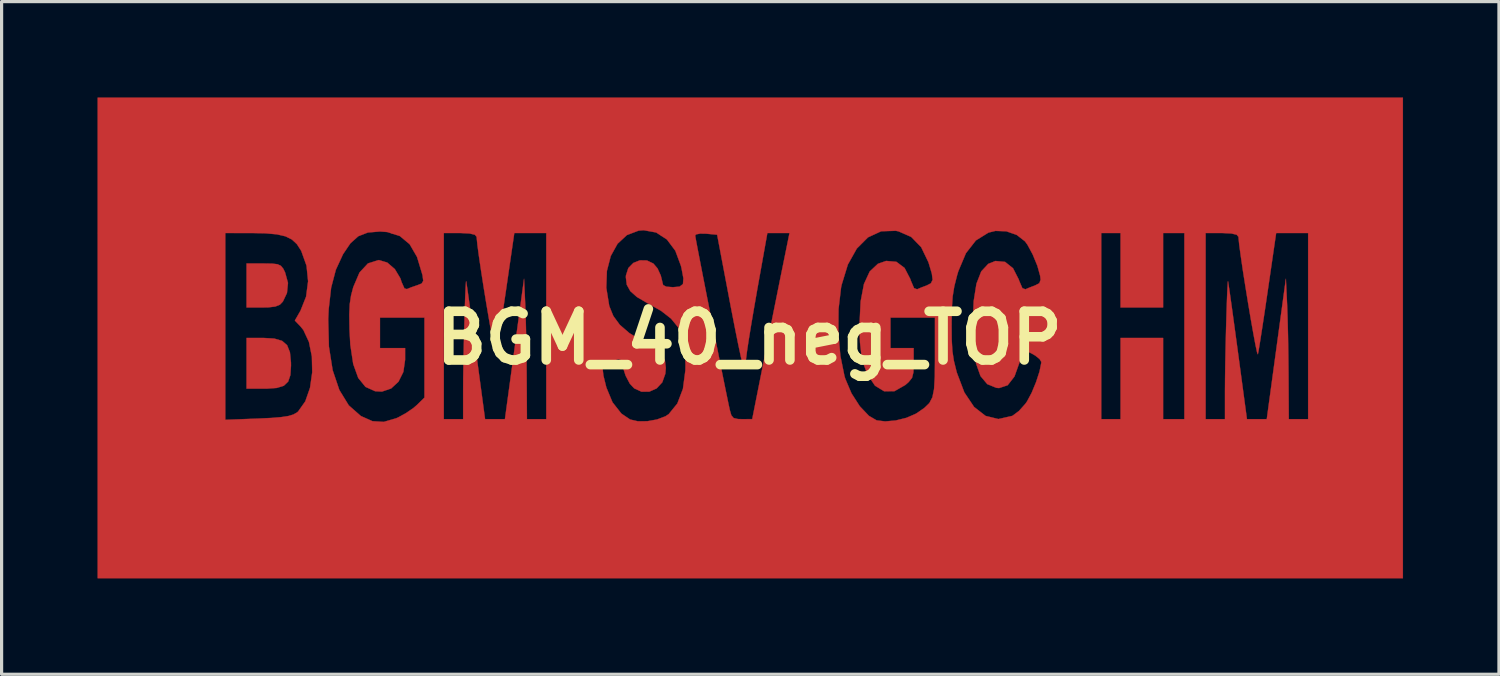
<source format=kicad_pcb>
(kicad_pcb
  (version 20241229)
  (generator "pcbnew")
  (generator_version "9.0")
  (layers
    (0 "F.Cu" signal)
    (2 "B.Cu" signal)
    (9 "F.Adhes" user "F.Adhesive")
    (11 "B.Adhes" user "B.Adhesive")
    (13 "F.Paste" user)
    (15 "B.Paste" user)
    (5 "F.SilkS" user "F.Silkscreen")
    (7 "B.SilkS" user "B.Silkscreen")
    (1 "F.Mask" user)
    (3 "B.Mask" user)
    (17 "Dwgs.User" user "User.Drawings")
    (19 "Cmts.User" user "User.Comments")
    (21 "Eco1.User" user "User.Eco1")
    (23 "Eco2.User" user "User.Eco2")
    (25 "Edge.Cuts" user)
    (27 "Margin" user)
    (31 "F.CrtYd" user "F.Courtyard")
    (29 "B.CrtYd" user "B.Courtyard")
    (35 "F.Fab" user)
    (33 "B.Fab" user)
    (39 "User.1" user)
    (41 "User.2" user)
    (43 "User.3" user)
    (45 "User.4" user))
  (footprint "BGM_40_neg_TOP"
    (layer "F.Cu")
    (at 20.385 7.519)
    (property "Reference" "BGM_40_neg_TOP" (at 0 0 0) (layer "F.SilkS") (effects (font (size 1.524 1.524) (thickness 0.3))))
    (attr through_hole)
    (fp_poly (pts (xy -14.924 -2.324) (xy -14.756 -2.305) (xy -14.65 -2.256) (xy -14.577 -2.168) (xy -14.518 -2.047) (xy -14.428 -1.72) (xy -14.46 -1.405) (xy -14.587 -1.138) (xy -14.681 -1.04) (xy -14.824 -0.982) (xy -15.042 -0.956) (xy -15.216 -0.953) (xy -15.724 -0.953) (xy -15.724 -2.328) (xy -15.184 -2.328) (xy -14.924 -2.324)) (stroke (width 0.01) (type solid)) (fill yes) (layer "F.Cu"))
    (fp_poly (pts (xy -14.858 0.02) (xy -14.613 0.091) (xy -14.455 0.229) (xy -14.367 0.449) (xy -14.335 0.769) (xy -14.334 0.867) (xy -14.353 1.161) (xy -14.422 1.365) (xy -14.558 1.495) (xy -14.778 1.564) (xy -15.098 1.587) (xy -15.163 1.587) (xy -15.724 1.587) (xy -15.724 0) (xy -15.206 0) (xy -14.858 0.02)) (stroke (width 0.01) (type solid)) (fill yes) (layer "F.Cu"))
    (fp_poly (pts (xy 20.441 7.514) (xy -20.38 7.514) (xy -20.38 2.561) (xy -16.389 2.561) (xy -15.346 2.521) (xy -14.94 2.502) (xy -14.636 2.476) (xy -14.415 2.442) (xy -14.259 2.395) (xy -14.148 2.332) (xy -14.112 2.302) (xy -13.887 1.984) (xy -13.739 1.56) (xy -13.67 1.076) (xy -13.681 0.582) (xy -13.773 0.124) (xy -13.947 -0.249) (xy -14.039 -0.363) (xy -14.213 -0.543) (xy -14.191 -0.582) (xy -13.17 -0.582) (xy -13.148 0.27) (xy -13.031 1.01) (xy -12.822 1.628) (xy -12.527 2.109) (xy -12.149 2.442) (xy -12.145 2.444) (xy -11.786 2.604) (xy -11.434 2.626) (xy -11.042 2.512) (xy -10.979 2.484) (xy -10.738 2.352) (xy -10.504 2.191) (xy -10.392 2.094) (xy -10.16 1.866) (xy -10.16 -0.635) (xy -11.551 -0.635) (xy -11.551 0.318) (xy -10.765 0.318) (xy -10.765 0.684) (xy -10.82 1.063) (xy -10.972 1.369) (xy -11.202 1.581) (xy -11.488 1.678) (xy -11.702 1.667) (xy -12.004 1.531) (xy -12.231 1.251) (xy -12.388 0.815) (xy -12.479 0.212) (xy -12.504 -0.262) (xy -12.511 -0.726) (xy -12.497 -1.054) (xy -12.456 -1.324) (xy -12.387 -1.587) (xy -12.191 -2.046) (xy -11.927 -2.33) (xy -11.602 -2.433) (xy -11.581 -2.434) (xy -11.323 -2.357) (xy -11.086 -2.153) (xy -10.913 -1.864) (xy -10.874 -1.745) (xy -10.787 -1.55) (xy -10.709 -1.527) (xy -10.587 -1.578) (xy -10.414 -1.638) (xy -10.391 -1.645) (xy -10.247 -1.702) (xy -10.198 -1.786) (xy -10.218 -1.947) (xy -10.226 -1.982) (xy -10.392 -2.533) (xy -10.623 -2.931) (xy -10.93 -3.187) (xy -11.224 -3.281) (xy -9.555 -3.281) (xy -9.555 2.54) (xy -8.95 2.54) (xy -8.95 1.657) (xy -8.948 1.261) (xy -8.94 0.777) (xy -8.93 0.244) (xy -8.916 -0.297) (xy -8.902 -0.808) (xy -8.887 -1.248) (xy -8.873 -1.576) (xy -8.861 -1.754) (xy -8.856 -1.774) (xy -8.838 -1.667) (xy -8.797 -1.385) (xy -8.737 -0.959) (xy -8.662 -0.419) (xy -8.578 0.205) (xy -8.552 0.397) (xy -8.264 2.54) (xy -7.643 2.54) (xy -7.344 0.344) (xy -7.045 -1.852) (xy -7.008 -1.058) (xy -6.993 -0.634) (xy -6.979 -0.072) (xy -6.968 0.552) (xy -6.963 1.138) (xy -6.955 2.54) (xy -6.35 2.54) (xy -6.35 0.918) (xy -4.592 0.918) (xy -4.563 1.178) (xy -4.471 1.55) (xy -4.279 2.012) (xy -4 2.367) (xy -3.728 2.551) (xy -3.487 2.607) (xy -3.189 2.605) (xy -2.885 2.55) (xy -2.623 2.451) (xy -2.519 2.382) (xy -2.251 2.052) (xy -2.076 1.593) (xy -1.999 1.013) (xy -1.996 0.838) (xy -2.017 0.363) (xy -2.09 -0.021) (xy -2.229 -0.336) (xy -2.446 -0.603) (xy -2.756 -0.845) (xy -3.172 -1.082) (xy -3.202 -1.097) (xy -3.515 -1.28) (xy -3.721 -1.463) (xy -3.832 -1.663) (xy -3.861 -1.896) (xy -3.858 -1.954) (xy -3.784 -2.185) (xy -3.627 -2.345) (xy -3.422 -2.427) (xy -3.202 -2.423) (xy -2.999 -2.326) (xy -2.87 -2.174) (xy -2.769 -1.953) (xy -2.722 -1.763) (xy -2.721 -1.751) (xy -2.694 -1.653) (xy -2.596 -1.603) (xy -2.402 -1.588) (xy -2.389 -1.587) (xy -2.18 -1.605) (xy -2.075 -1.685) (xy -2.061 -1.864) (xy -2.121 -2.184) (xy -2.139 -2.257) (xy -2.314 -2.728) (xy -2.577 -3.079) (xy -2.773 -3.207) (xy -1.693 -3.207) (xy -1.674 -3.093) (xy -1.621 -2.811) (xy -1.54 -2.392) (xy -1.438 -1.869) (xy -1.321 -1.273) (xy -1.195 -0.636) (xy -1.066 0.011) (xy -0.941 0.636) (xy -0.826 1.208) (xy -0.727 1.694) (xy -0.651 2.063) (xy -0.611 2.249) (xy -0.562 2.42) (xy -0.489 2.506) (xy -0.353 2.537) (xy -0.228 2.54) (xy 0.091 2.539) (xy 0.443 0.767) (xy 0.579 0.083) (xy 0.628 -0.165) (xy 2.785 -0.165) (xy 2.848 0.558) (xy 2.976 1.189) (xy 3.003 1.279) (xy 3.196 1.733) (xy 3.455 2.136) (xy 3.741 2.437) (xy 3.983 2.578) (xy 4.25 2.611) (xy 4.578 2.582) (xy 4.914 2.499) (xy 5.203 2.374) (xy 5.255 2.342) (xy 5.478 2.186) (xy 5.631 2.038) (xy 5.727 1.855) (xy 5.779 1.596) (xy 5.801 1.217) (xy 5.806 0.676) (xy 5.806 0.566) (xy 5.806 -0.435) (xy 6.327 -0.435) (xy 6.331 0.054) (xy 6.352 0.411) (xy 6.398 0.714) (xy 6.479 1.042) (xy 6.493 1.091) (xy 6.726 1.705) (xy 7.03 2.158) (xy 7.39 2.439) (xy 7.791 2.537) (xy 8.217 2.44) (xy 8.242 2.428) (xy 8.434 2.284) (xy 8.633 2.061) (xy 8.684 1.989) (xy 8.83 1.717) (xy 8.969 1.381) (xy 9.077 1.049) (xy 9.13 0.787) (xy 9.132 0.748) (xy 9.079 0.66) (xy 8.944 0.552) (xy 8.846 0.495) (xy 8.56 0.35) (xy 8.46 0.739) (xy 8.294 1.205) (xy 8.081 1.479) (xy 7.813 1.568) (xy 7.725 1.56) (xy 7.442 1.444) (xy 7.232 1.194) (xy 7.09 0.795) (xy 7.011 0.232) (xy 6.989 -0.423) (xy 7.017 -1.147) (xy 7.104 -1.695) (xy 7.254 -2.08) (xy 7.473 -2.316) (xy 7.698 -2.406) (xy 7.999 -2.378) (xy 8.248 -2.18) (xy 8.427 -1.829) (xy 8.439 -1.792) (xy 8.54 -1.557) (xy 8.636 -1.521) (xy 8.767 -1.577) (xy 8.938 -1.642) (xy 8.938 -1.642) (xy 9.071 -1.711) (xy 9.11 -1.818) (xy 9.097 -1.941) (xy 9.009 -2.258) (xy 8.863 -2.612) (xy 8.699 -2.916) (xy 8.622 -3.021) (xy 8.364 -3.222) (xy 8.194 -3.281) (xy 11.007 -3.281) (xy 11.007 2.54) (xy 11.611 2.54) (xy 11.611 0) (xy 12.942 0) (xy 12.942 2.54) (xy 13.607 2.54) (xy 13.607 -3.281) (xy 14.272 -3.281) (xy 14.272 2.54) (xy 14.877 2.54) (xy 14.877 1.657) (xy 14.88 1.261) (xy 14.887 0.777) (xy 14.898 0.244) (xy 14.911 -0.297) (xy 14.926 -0.808) (xy 14.941 -1.248) (xy 14.955 -1.576) (xy 14.967 -1.754) (xy 14.972 -1.774) (xy 14.99 -1.667) (xy 15.031 -1.385) (xy 15.091 -0.959) (xy 15.165 -0.419) (xy 15.25 0.205) (xy 15.276 0.397) (xy 15.564 2.54) (xy 16.184 2.54) (xy 16.483 0.344) (xy 16.782 -1.852) (xy 16.82 -1.058) (xy 16.835 -0.634) (xy 16.849 -0.072) (xy 16.859 0.552) (xy 16.865 1.138) (xy 16.873 2.54) (xy 17.478 2.54) (xy 17.478 -3.281) (xy 16.478 -3.281) (xy 16.212 -1.455) (xy 16.124 -0.856) (xy 16.043 -0.323) (xy 15.976 0.107) (xy 15.928 0.399) (xy 15.906 0.512) (xy 15.881 0.451) (xy 15.832 0.223) (xy 15.765 -0.134) (xy 15.685 -0.585) (xy 15.6 -1.09) (xy 15.515 -1.613) (xy 15.436 -2.115) (xy 15.371 -2.561) (xy 15.323 -2.912) (xy 15.301 -3.13) (xy 15.3 -3.159) (xy 15.245 -3.227) (xy 15.078 -3.267) (xy 14.794 -3.281) (xy 14.786 -3.281) (xy 14.272 -3.281) (xy 13.607 -3.281) (xy 12.942 -3.281) (xy 12.942 -0.953) (xy 11.611 -0.953) (xy 11.611 -3.281) (xy 11.007 -3.281) (xy 8.194 -3.281) (xy 8.04 -3.335) (xy 7.699 -3.348) (xy 7.48 -3.294) (xy 7.087 -3.05) (xy 6.775 -2.65) (xy 6.537 -2.086) (xy 6.498 -1.956) (xy 6.411 -1.612) (xy 6.36 -1.296) (xy 6.335 -0.929) (xy 6.327 -0.435) (xy 5.806 -0.435) (xy 5.806 -0.635) (xy 4.415 -0.635) (xy 4.415 0.318) (xy 5.14 0.318) (xy 5.14 0.784) (xy 5.133 1.074) (xy 5.09 1.247) (xy 4.983 1.381) (xy 4.879 1.472) (xy 4.541 1.665) (xy 4.219 1.669) (xy 3.931 1.493) (xy 3.697 1.146) (xy 3.583 0.843) (xy 3.503 0.506) (xy 3.461 0.134) (xy 3.447 -0.354) (xy 3.447 -0.419) (xy 3.481 -1.137) (xy 3.586 -1.687) (xy 3.766 -2.078) (xy 4.023 -2.319) (xy 4.279 -2.408) (xy 4.6 -2.381) (xy 4.856 -2.189) (xy 5.037 -1.84) (xy 5.052 -1.792) (xy 5.153 -1.557) (xy 5.249 -1.521) (xy 5.381 -1.578) (xy 5.549 -1.641) (xy 5.68 -1.709) (xy 5.733 -1.819) (xy 5.709 -2.013) (xy 5.613 -2.334) (xy 5.6 -2.373) (xy 5.376 -2.838) (xy 5.064 -3.159) (xy 4.665 -3.334) (xy 4.581 -3.351) (xy 4.124 -3.336) (xy 3.713 -3.146) (xy 3.362 -2.795) (xy 3.082 -2.295) (xy 2.888 -1.661) (xy 2.87 -1.574) (xy 2.791 -0.902) (xy 2.785 -0.165) (xy 0.628 -0.165) (xy 0.722 -0.633) (xy 0.859 -1.315) (xy 0.976 -1.898) (xy 1.026 -2.143) (xy 1.257 -3.281) (xy 0.565 -3.281) (xy 0.257 -1.561) (xy 0.152 -0.96) (xy 0.057 -0.402) (xy -0.02 0.072) (xy -0.072 0.417) (xy -0.089 0.556) (xy -0.123 0.81) (xy -0.161 0.946) (xy -0.17 0.953) (xy -0.201 0.857) (xy -0.264 0.589) (xy -0.351 0.179) (xy -0.456 -0.343) (xy -0.574 -0.948) (xy -0.61 -1.138) (xy -1.006 -3.228) (xy -1.35 -3.26) (xy -1.535 -3.263) (xy -1.66 -3.24) (xy -1.693 -3.207) (xy -2.773 -3.207) (xy -2.913 -3.298) (xy -3.304 -3.369) (xy -3.462 -3.356) (xy -3.828 -3.217) (xy -4.121 -2.945) (xy -4.333 -2.563) (xy -4.454 -2.096) (xy -4.473 -1.571) (xy -4.382 -1.011) (xy -4.377 -0.991) (xy -4.253 -0.686) (xy -4.051 -0.411) (xy -3.757 -0.156) (xy -3.357 0.094) (xy -3.252 0.151) (xy -2.947 0.333) (xy -2.747 0.51) (xy -2.64 0.704) (xy -2.61 0.937) (xy -2.626 1.119) (xy -2.722 1.389) (xy -2.899 1.579) (xy -3.126 1.68) (xy -3.37 1.682) (xy -3.6 1.577) (xy -3.738 1.429) (xy -3.868 1.181) (xy -3.952 0.921) (xy -3.957 0.889) (xy -4.007 0.692) (xy -4.096 0.662) (xy -4.13 0.675) (xy -4.297 0.725) (xy -4.43 0.739) (xy -4.548 0.78) (xy -4.592 0.918) (xy -6.35 0.918) (xy -6.35 -3.281) (xy -7.35 -3.281) (xy -7.615 -1.455) (xy -7.704 -0.856) (xy -7.784 -0.323) (xy -7.851 0.107) (xy -7.9 0.399) (xy -7.922 0.512) (xy -7.947 0.451) (xy -7.996 0.223) (xy -8.063 -0.134) (xy -8.142 -0.585) (xy -8.228 -1.09) (xy -8.313 -1.613) (xy -8.391 -2.115) (xy -8.457 -2.561) (xy -8.504 -2.912) (xy -8.526 -3.13) (xy -8.527 -3.159) (xy -8.582 -3.227) (xy -8.75 -3.267) (xy -9.034 -3.281) (xy -9.041 -3.281) (xy -9.555 -3.281) (xy -11.224 -3.281) (xy -11.323 -3.312) (xy -11.551 -3.329) (xy -11.93 -3.297) (xy -12.228 -3.181) (xy -12.477 -2.958) (xy -12.707 -2.618) (xy -12.932 -2.13) (xy -13.078 -1.574) (xy -13.155 -0.901) (xy -13.17 -0.582) (xy -14.191 -0.582) (xy -14.036 -0.853) (xy -13.862 -1.291) (xy -13.799 -1.772) (xy -13.848 -2.259) (xy -14.01 -2.713) (xy -14.023 -2.738) (xy -14.15 -2.934) (xy -14.305 -3.078) (xy -14.507 -3.178) (xy -14.775 -3.24) (xy -15.128 -3.272) (xy -15.527 -3.28) (xy -16.389 -3.281) (xy -16.389 2.561) (xy -20.38 2.561) (xy -20.38 -7.514) (xy 20.441 -7.514) (xy 20.441 7.514)) (stroke (width 0.01) (type solid)) (fill yes) (layer "F.Cu")))
  (gr_rect
    (start -3 -3)
    (end 43.831 18.038)
    (stroke (width 0.1) (type default))
    (fill no)
    (layer "Edge.Cuts")))
</source>
